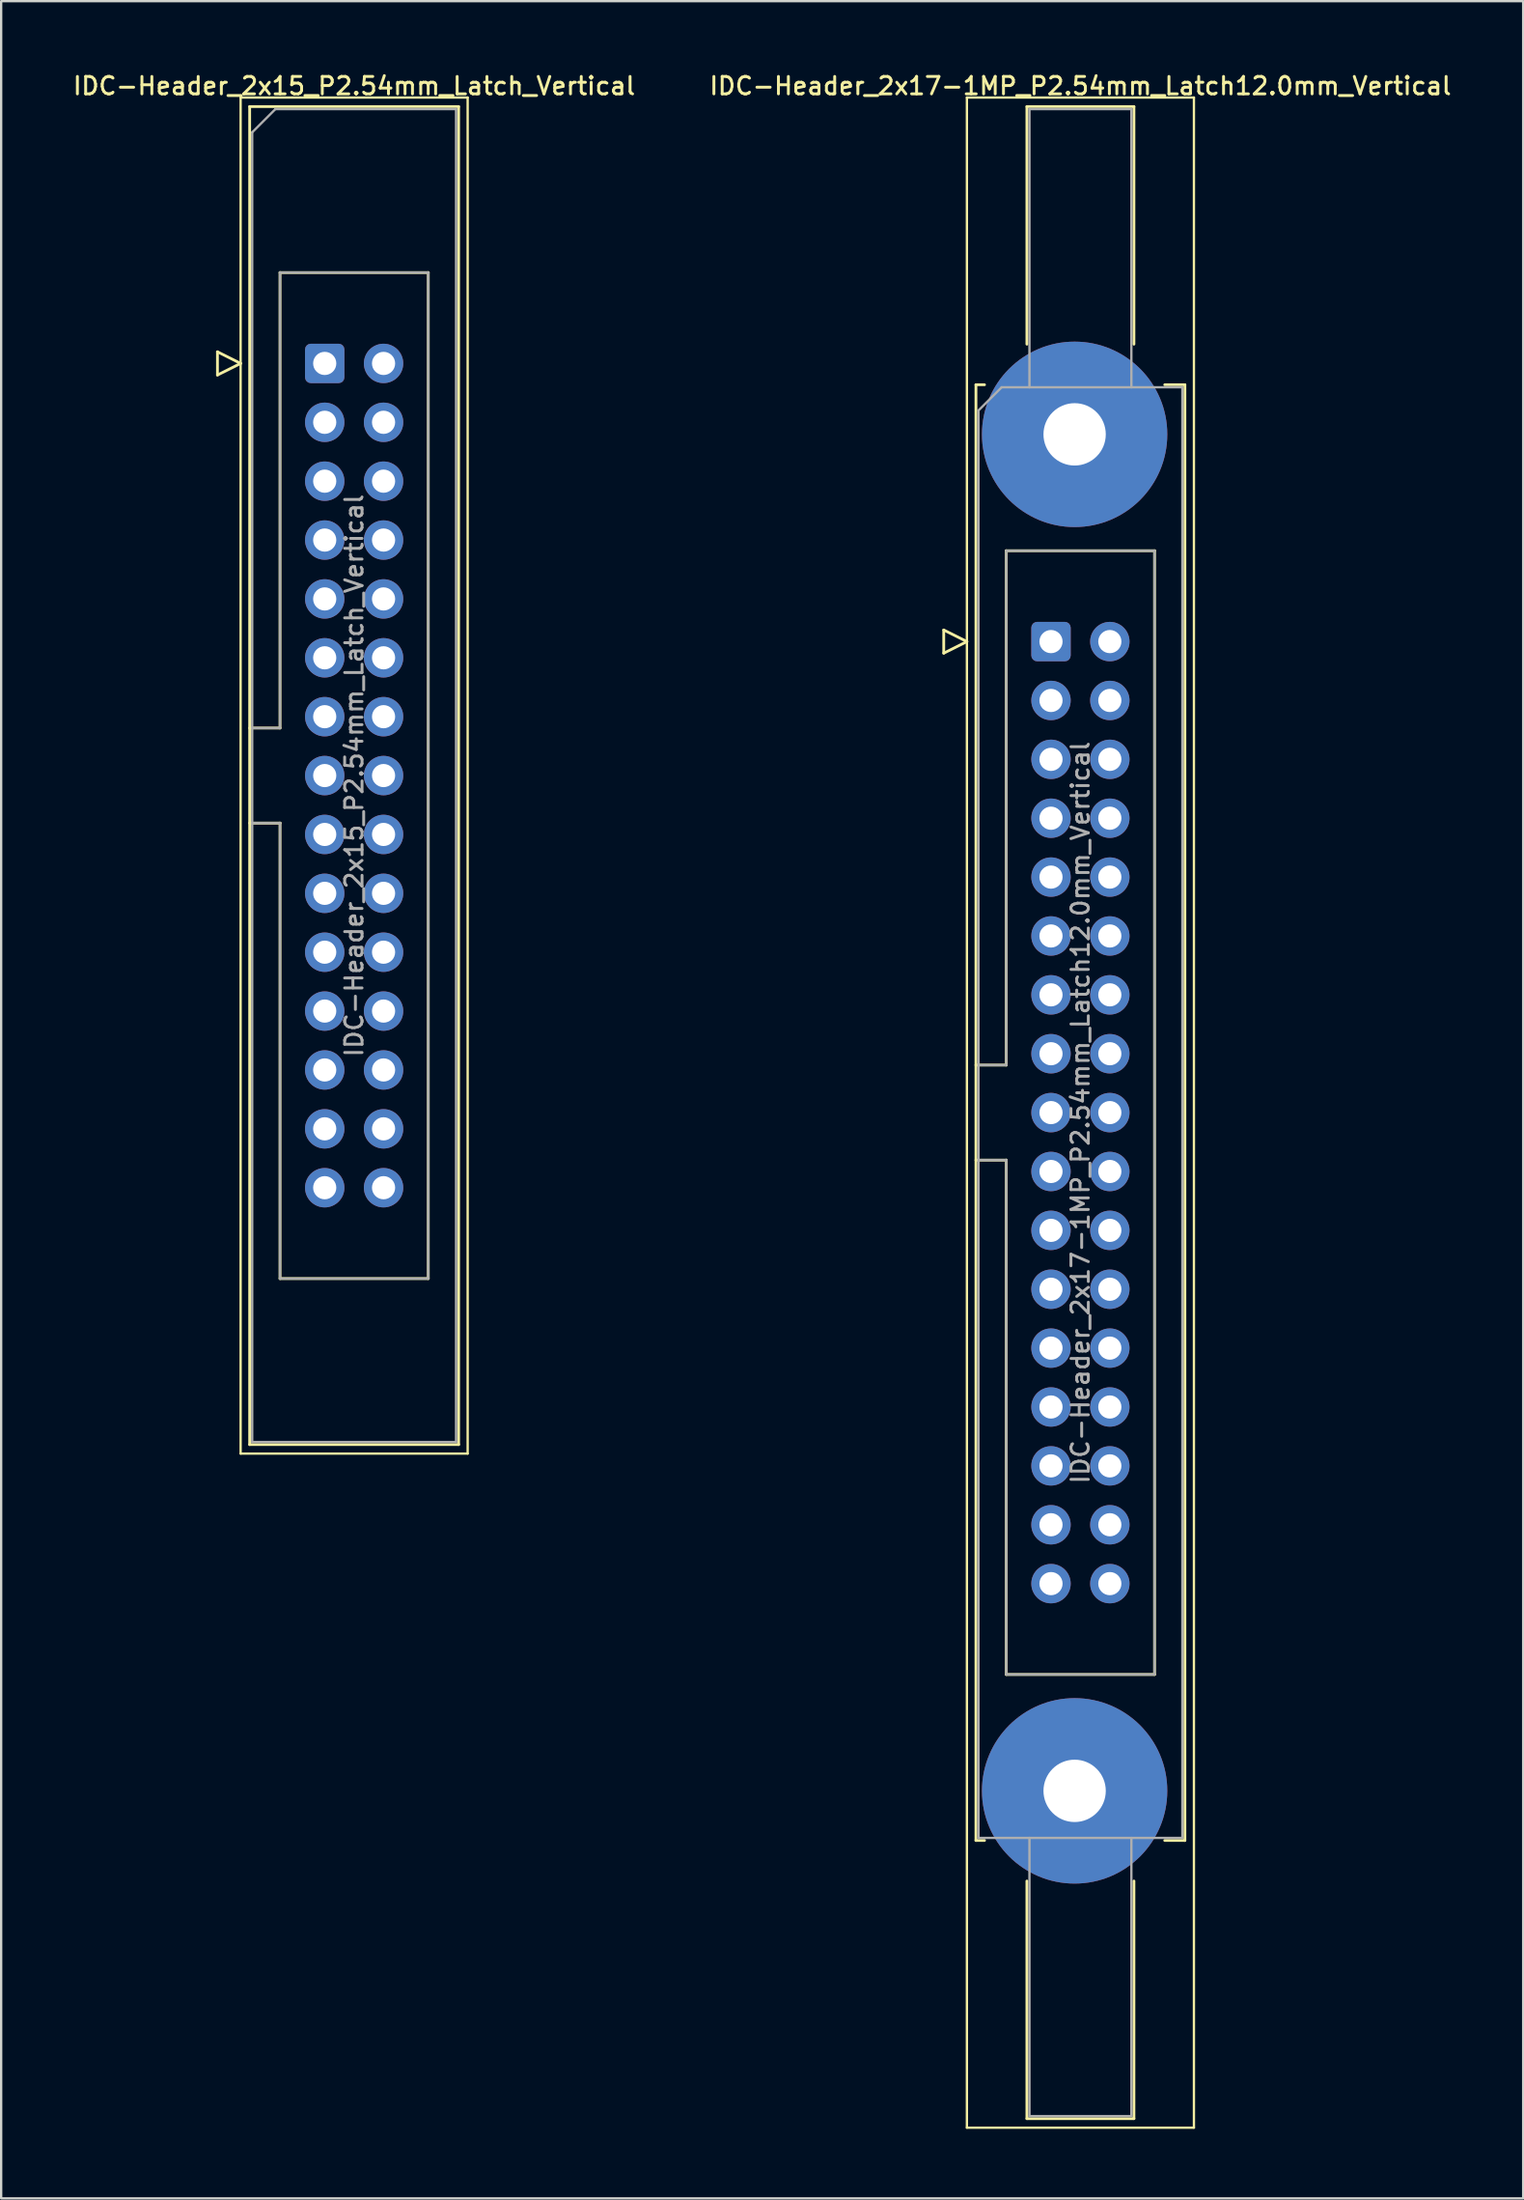
<source format=kicad_pcb>
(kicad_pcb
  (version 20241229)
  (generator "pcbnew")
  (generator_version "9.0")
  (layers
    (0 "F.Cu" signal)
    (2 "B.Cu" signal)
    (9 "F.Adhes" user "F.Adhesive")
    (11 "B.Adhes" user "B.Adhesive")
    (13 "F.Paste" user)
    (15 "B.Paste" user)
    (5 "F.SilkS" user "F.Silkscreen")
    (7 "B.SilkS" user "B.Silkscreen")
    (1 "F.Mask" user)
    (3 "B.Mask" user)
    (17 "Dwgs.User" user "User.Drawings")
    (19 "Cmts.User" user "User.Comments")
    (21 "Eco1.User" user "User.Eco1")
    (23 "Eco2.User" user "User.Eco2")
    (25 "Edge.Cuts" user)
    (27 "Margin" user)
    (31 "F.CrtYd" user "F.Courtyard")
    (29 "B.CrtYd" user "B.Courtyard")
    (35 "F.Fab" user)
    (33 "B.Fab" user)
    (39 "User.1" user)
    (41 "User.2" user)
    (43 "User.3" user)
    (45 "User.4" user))
  (footprint "IDC-Header_2x17-1MP_P2.54mm_Latch12.0mm_Vertical"
    (layer "F.Cu")
    (at 42.318 24.628)
    (property "Reference" "IDC-Header_2x17-1MP_P2.54mm_Latch12.0mm_Vertical" (at 1.27 -23.97 0) (layer "F.SilkS") (effects (font (size 0.75 0.75) (thickness 0.125))))
    (attr through_hole)
    (fp_line (start -4.63 -0.5) (end -4.63 0.5) (stroke (width 0.12) (type solid)) (layer "F.SilkS"))
    (fp_line (start -4.63 0.5) (end -3.63 0) (stroke (width 0.12) (type solid)) (layer "F.SilkS"))
    (fp_line (start -3.63 -23.47) (end -3.63 64.11) (stroke (width 0.1) (type solid)) (layer "F.SilkS"))
    (fp_line (start -3.63 0) (end -4.63 -0.5) (stroke (width 0.12) (type solid)) (layer "F.SilkS"))
    (fp_line (start -3.63 64.11) (end 6.17 64.11) (stroke (width 0.1) (type solid)) (layer "F.SilkS"))
    (fp_line (start -3.24 -11.08) (end -3.24 51.72) (stroke (width 0.12) (type solid)) (layer "F.SilkS"))
    (fp_line (start -3.24 18.27) (end -1.93 18.27) (stroke (width 0.12) (type solid)) (layer "F.SilkS"))
    (fp_line (start -3.24 51.72) (end -2.87 51.72) (stroke (width 0.12) (type solid)) (layer "F.SilkS"))
    (fp_line (start -2.87 -11.08) (end -3.24 -11.08) (stroke (width 0.12) (type solid)) (layer "F.SilkS"))
    (fp_line (start -1.93 -3.92) (end 4.47 -3.92) (stroke (width 0.12) (type solid)) (layer "F.SilkS"))
    (fp_line (start -1.93 18.27) (end -1.93 -3.92) (stroke (width 0.12) (type solid)) (layer "F.SilkS"))
    (fp_line (start -1.93 22.37) (end -3.24 22.37) (stroke (width 0.12) (type solid)) (layer "F.SilkS"))
    (fp_line (start -1.93 22.37) (end -1.93 22.37) (stroke (width 0.12) (type solid)) (layer "F.SilkS"))
    (fp_line (start -1.93 44.56) (end -1.93 22.37) (stroke (width 0.12) (type solid)) (layer "F.SilkS"))
    (fp_line (start -1.04 -23.08) (end 3.58 -23.08) (stroke (width 0.12) (type solid)) (layer "F.SilkS"))
    (fp_line (start -1.04 -12.83) (end -1.04 -23.08) (stroke (width 0.12) (type solid)) (layer "F.SilkS"))
    (fp_line (start -1.04 53.47) (end -1.04 63.72) (stroke (width 0.12) (type solid)) (layer "F.SilkS"))
    (fp_line (start -1.04 63.72) (end 3.58 63.72) (stroke (width 0.12) (type solid)) (layer "F.SilkS"))
    (fp_line (start 3.58 -23.08) (end 3.58 -12.83) (stroke (width 0.12) (type solid)) (layer "F.SilkS"))
    (fp_line (start 3.58 63.72) (end 3.58 53.47) (stroke (width 0.12) (type solid)) (layer "F.SilkS"))
    (fp_line (start 4.47 -3.92) (end 4.47 44.56) (stroke (width 0.12) (type solid)) (layer "F.SilkS"))
    (fp_line (start 4.47 44.56) (end -1.93 44.56) (stroke (width 0.12) (type solid)) (layer "F.SilkS"))
    (fp_line (start 4.91 -11.08) (end 5.78 -11.08) (stroke (width 0.12) (type solid)) (layer "F.SilkS"))
    (fp_line (start 5.78 -11.08) (end 5.78 51.72) (stroke (width 0.12) (type solid)) (layer "F.SilkS"))
    (fp_line (start 5.78 51.72) (end 4.91 51.72) (stroke (width 0.12) (type solid)) (layer "F.SilkS"))
    (fp_line (start 6.17 -23.47) (end -3.63 -23.47) (stroke (width 0.1) (type solid)) (layer "F.SilkS"))
    (fp_line (start 6.17 64.11) (end 6.17 -23.47) (stroke (width 0.1) (type solid)) (layer "F.SilkS"))
    (fp_line (start -3.13 -9.97) (end -2.13 -10.97) (stroke (width 0.1) (type solid)) (layer "F.Fab"))
    (fp_line (start -3.13 18.27) (end -1.93 18.27) (stroke (width 0.1) (type solid)) (layer "F.Fab"))
    (fp_line (start -3.13 51.61) (end -3.13 -9.97) (stroke (width 0.1) (type solid)) (layer "F.Fab"))
    (fp_line (start -2.13 -10.97) (end 5.67 -10.97) (stroke (width 0.1) (type solid)) (layer "F.Fab"))
    (fp_line (start -1.93 -3.92) (end 4.47 -3.92) (stroke (width 0.1) (type solid)) (layer "F.Fab"))
    (fp_line (start -1.93 18.27) (end -1.93 -3.92) (stroke (width 0.1) (type solid)) (layer "F.Fab"))
    (fp_line (start -1.93 22.37) (end -3.13 22.37) (stroke (width 0.1) (type solid)) (layer "F.Fab"))
    (fp_line (start -1.93 22.37) (end -1.93 22.37) (stroke (width 0.1) (type solid)) (layer "F.Fab"))
    (fp_line (start -1.93 44.56) (end -1.93 22.37) (stroke (width 0.1) (type solid)) (layer "F.Fab"))
    (fp_line (start -0.93 -22.97) (end 3.47 -22.97) (stroke (width 0.1) (type solid)) (layer "F.Fab"))
    (fp_line (start -0.93 -10.97) (end -0.93 -22.97) (stroke (width 0.1) (type solid)) (layer "F.Fab"))
    (fp_line (start -0.93 51.61) (end -0.93 63.61) (stroke (width 0.1) (type solid)) (layer "F.Fab"))
    (fp_line (start -0.93 63.61) (end 3.47 63.61) (stroke (width 0.1) (type solid)) (layer "F.Fab"))
    (fp_line (start 3.47 -22.97) (end 3.47 -10.97) (stroke (width 0.1) (type solid)) (layer "F.Fab"))
    (fp_line (start 3.47 63.61) (end 3.47 51.61) (stroke (width 0.1) (type solid)) (layer "F.Fab"))
    (fp_line (start 4.47 -3.92) (end 4.47 44.56) (stroke (width 0.1) (type solid)) (layer "F.Fab"))
    (fp_line (start 4.47 44.56) (end -1.93 44.56) (stroke (width 0.1) (type solid)) (layer "F.Fab"))
    (fp_line (start 5.67 -10.97) (end 5.67 51.61) (stroke (width 0.1) (type solid)) (layer "F.Fab"))
    (fp_line (start 5.67 51.61) (end -3.13 51.61) (stroke (width 0.1) (type solid)) (layer "F.Fab"))
    (fp_text user "${REFERENCE}" (at 1.27 20.32 90) (layer "F.Fab") (effects (font (size 0.75 0.75) (thickness 0.125))))
    (pad "1" thru_hole roundrect (at 0 0) (size 1.7 1.7) (drill 1) (layers "*.Cu" "*.Mask") (roundrect_rratio 0.147))
    (pad "2" thru_hole circle (at 2.54 0) (size 1.7 1.7) (drill 1) (layers "*.Cu" "*.Mask"))
    (pad "3" thru_hole circle (at 0 2.54) (size 1.7 1.7) (drill 1) (layers "*.Cu" "*.Mask"))
    (pad "4" thru_hole circle (at 2.54 2.54) (size 1.7 1.7) (drill 1) (layers "*.Cu" "*.Mask"))
    (pad "5" thru_hole circle (at 0 5.08) (size 1.7 1.7) (drill 1) (layers "*.Cu" "*.Mask"))
    (pad "6" thru_hole circle (at 2.54 5.08) (size 1.7 1.7) (drill 1) (layers "*.Cu" "*.Mask"))
    (pad "7" thru_hole circle (at 0 7.62) (size 1.7 1.7) (drill 1) (layers "*.Cu" "*.Mask"))
    (pad "8" thru_hole circle (at 2.54 7.62) (size 1.7 1.7) (drill 1) (layers "*.Cu" "*.Mask"))
    (pad "9" thru_hole circle (at 0 10.16) (size 1.7 1.7) (drill 1) (layers "*.Cu" "*.Mask"))
    (pad "10" thru_hole circle (at 2.54 10.16) (size 1.7 1.7) (drill 1) (layers "*.Cu" "*.Mask"))
    (pad "11" thru_hole circle (at 0 12.7) (size 1.7 1.7) (drill 1) (layers "*.Cu" "*.Mask"))
    (pad "12" thru_hole circle (at 2.54 12.7) (size 1.7 1.7) (drill 1) (layers "*.Cu" "*.Mask"))
    (pad "13" thru_hole circle (at 0 15.24) (size 1.7 1.7) (drill 1) (layers "*.Cu" "*.Mask"))
    (pad "14" thru_hole circle (at 2.54 15.24) (size 1.7 1.7) (drill 1) (layers "*.Cu" "*.Mask"))
    (pad "15" thru_hole circle (at 0 17.78) (size 1.7 1.7) (drill 1) (layers "*.Cu" "*.Mask"))
    (pad "16" thru_hole circle (at 2.54 17.78) (size 1.7 1.7) (drill 1) (layers "*.Cu" "*.Mask"))
    (pad "17" thru_hole circle (at 0 20.32) (size 1.7 1.7) (drill 1) (layers "*.Cu" "*.Mask"))
    (pad "18" thru_hole circle (at 2.54 20.32) (size 1.7 1.7) (drill 1) (layers "*.Cu" "*.Mask"))
    (pad "19" thru_hole circle (at 0 22.86) (size 1.7 1.7) (drill 1) (layers "*.Cu" "*.Mask"))
    (pad "20" thru_hole circle (at 2.54 22.86) (size 1.7 1.7) (drill 1) (layers "*.Cu" "*.Mask"))
    (pad "21" thru_hole circle (at 0 25.4) (size 1.7 1.7) (drill 1) (layers "*.Cu" "*.Mask"))
    (pad "22" thru_hole circle (at 2.54 25.4) (size 1.7 1.7) (drill 1) (layers "*.Cu" "*.Mask"))
    (pad "23" thru_hole circle (at 0 27.94) (size 1.7 1.7) (drill 1) (layers "*.Cu" "*.Mask"))
    (pad "24" thru_hole circle (at 2.54 27.94) (size 1.7 1.7) (drill 1) (layers "*.Cu" "*.Mask"))
    (pad "25" thru_hole circle (at 0 30.48) (size 1.7 1.7) (drill 1) (layers "*.Cu" "*.Mask"))
    (pad "26" thru_hole circle (at 2.54 30.48) (size 1.7 1.7) (drill 1) (layers "*.Cu" "*.Mask"))
    (pad "27" thru_hole circle (at 0 33.02) (size 1.7 1.7) (drill 1) (layers "*.Cu" "*.Mask"))
    (pad "28" thru_hole circle (at 2.54 33.02) (size 1.7 1.7) (drill 1) (layers "*.Cu" "*.Mask"))
    (pad "29" thru_hole circle (at 0 35.56) (size 1.7 1.7) (drill 1) (layers "*.Cu" "*.Mask"))
    (pad "30" thru_hole circle (at 2.54 35.56) (size 1.7 1.7) (drill 1) (layers "*.Cu" "*.Mask"))
    (pad "31" thru_hole circle (at 0 38.1) (size 1.7 1.7) (drill 1) (layers "*.Cu" "*.Mask"))
    (pad "32" thru_hole circle (at 2.54 38.1) (size 1.7 1.7) (drill 1) (layers "*.Cu" "*.Mask"))
    (pad "33" thru_hole circle (at 0 40.64) (size 1.7 1.7) (drill 1) (layers "*.Cu" "*.Mask"))
    (pad "34" thru_hole circle (at 2.54 40.64) (size 1.7 1.7) (drill 1) (layers "*.Cu" "*.Mask"))
    (pad "MP" thru_hole circle (at 1.02 -8.94) (size 8 8) (drill 2.69) (layers "*.Cu" "*.Mask"))
    (pad "MP" thru_hole circle (at 1.02 49.58) (size 8 8) (drill 2.69) (layers "*.Cu" "*.Mask")))
  (footprint "IDC-Header_2x15_P2.54mm_Latch_Vertical"
    (layer "F.Cu")
    (at 10.967 12.628)
    (property "Reference" "IDC-Header_2x15_P2.54mm_Latch_Vertical" (at 1.27 -11.97 0) (layer "F.SilkS") (effects (font (size 0.75 0.75) (thickness 0.125))))
    (attr through_hole)
    (fp_line (start -4.63 -0.5) (end -4.63 0.5) (stroke (width 0.12) (type solid)) (layer "F.SilkS"))
    (fp_line (start -4.63 0.5) (end -3.63 0) (stroke (width 0.12) (type solid)) (layer "F.SilkS"))
    (fp_line (start -3.63 -11.47) (end -3.63 47.03) (stroke (width 0.1) (type solid)) (layer "F.SilkS"))
    (fp_line (start -3.63 0) (end -4.63 -0.5) (stroke (width 0.12) (type solid)) (layer "F.SilkS"))
    (fp_line (start -3.63 47.03) (end 6.17 47.03) (stroke (width 0.1) (type solid)) (layer "F.SilkS"))
    (fp_line (start -3.24 -11.08) (end 5.78 -11.08) (stroke (width 0.12) (type solid)) (layer "F.SilkS"))
    (fp_line (start -3.24 15.73) (end -1.93 15.73) (stroke (width 0.12) (type solid)) (layer "F.SilkS"))
    (fp_line (start -3.24 46.64) (end -3.24 -11.08) (stroke (width 0.12) (type solid)) (layer "F.SilkS"))
    (fp_line (start -1.93 -3.92) (end 4.47 -3.92) (stroke (width 0.12) (type solid)) (layer "F.SilkS"))
    (fp_line (start -1.93 15.73) (end -1.93 -3.92) (stroke (width 0.12) (type solid)) (layer "F.SilkS"))
    (fp_line (start -1.93 19.83) (end -3.24 19.83) (stroke (width 0.12) (type solid)) (layer "F.SilkS"))
    (fp_line (start -1.93 19.83) (end -1.93 19.83) (stroke (width 0.12) (type solid)) (layer "F.SilkS"))
    (fp_line (start -1.93 39.48) (end -1.93 19.83) (stroke (width 0.12) (type solid)) (layer "F.SilkS"))
    (fp_line (start 4.47 -3.92) (end 4.47 39.48) (stroke (width 0.12) (type solid)) (layer "F.SilkS"))
    (fp_line (start 4.47 39.48) (end -1.93 39.48) (stroke (width 0.12) (type solid)) (layer "F.SilkS"))
    (fp_line (start 5.78 -11.08) (end 5.78 46.64) (stroke (width 0.12) (type solid)) (layer "F.SilkS"))
    (fp_line (start 5.78 46.64) (end -3.24 46.64) (stroke (width 0.12) (type solid)) (layer "F.SilkS"))
    (fp_line (start 6.17 -11.47) (end -3.63 -11.47) (stroke (width 0.1) (type solid)) (layer "F.SilkS"))
    (fp_line (start 6.17 47.03) (end 6.17 -11.47) (stroke (width 0.1) (type solid)) (layer "F.SilkS"))
    (fp_line (start -3.13 -9.97) (end -2.13 -10.97) (stroke (width 0.1) (type solid)) (layer "F.Fab"))
    (fp_line (start -3.13 15.73) (end -1.93 15.73) (stroke (width 0.1) (type solid)) (layer "F.Fab"))
    (fp_line (start -3.13 46.53) (end -3.13 -9.97) (stroke (width 0.1) (type solid)) (layer "F.Fab"))
    (fp_line (start -2.13 -10.97) (end 5.67 -10.97) (stroke (width 0.1) (type solid)) (layer "F.Fab"))
    (fp_line (start -1.93 -3.92) (end 4.47 -3.92) (stroke (width 0.1) (type solid)) (layer "F.Fab"))
    (fp_line (start -1.93 15.73) (end -1.93 -3.92) (stroke (width 0.1) (type solid)) (layer "F.Fab"))
    (fp_line (start -1.93 19.83) (end -3.13 19.83) (stroke (width 0.1) (type solid)) (layer "F.Fab"))
    (fp_line (start -1.93 19.83) (end -1.93 19.83) (stroke (width 0.1) (type solid)) (layer "F.Fab"))
    (fp_line (start -1.93 39.48) (end -1.93 19.83) (stroke (width 0.1) (type solid)) (layer "F.Fab"))
    (fp_line (start 4.47 -3.92) (end 4.47 39.48) (stroke (width 0.1) (type solid)) (layer "F.Fab"))
    (fp_line (start 4.47 39.48) (end -1.93 39.48) (stroke (width 0.1) (type solid)) (layer "F.Fab"))
    (fp_line (start 5.67 -10.97) (end 5.67 46.53) (stroke (width 0.1) (type solid)) (layer "F.Fab"))
    (fp_line (start 5.67 46.53) (end -3.13 46.53) (stroke (width 0.1) (type solid)) (layer "F.Fab"))
    (fp_text user "${REFERENCE}" (at 1.27 17.78 90) (layer "F.Fab") (effects (font (size 0.75 0.75) (thickness 0.125))))
    (pad "1" thru_hole roundrect (at 0 0) (size 1.7 1.7) (drill 1) (layers "*.Cu" "*.Mask") (roundrect_rratio 0.147))
    (pad "2" thru_hole circle (at 2.54 0) (size 1.7 1.7) (drill 1) (layers "*.Cu" "*.Mask"))
    (pad "3" thru_hole circle (at 0 2.54) (size 1.7 1.7) (drill 1) (layers "*.Cu" "*.Mask"))
    (pad "4" thru_hole circle (at 2.54 2.54) (size 1.7 1.7) (drill 1) (layers "*.Cu" "*.Mask"))
    (pad "5" thru_hole circle (at 0 5.08) (size 1.7 1.7) (drill 1) (layers "*.Cu" "*.Mask"))
    (pad "6" thru_hole circle (at 2.54 5.08) (size 1.7 1.7) (drill 1) (layers "*.Cu" "*.Mask"))
    (pad "7" thru_hole circle (at 0 7.62) (size 1.7 1.7) (drill 1) (layers "*.Cu" "*.Mask"))
    (pad "8" thru_hole circle (at 2.54 7.62) (size 1.7 1.7) (drill 1) (layers "*.Cu" "*.Mask"))
    (pad "9" thru_hole circle (at 0 10.16) (size 1.7 1.7) (drill 1) (layers "*.Cu" "*.Mask"))
    (pad "10" thru_hole circle (at 2.54 10.16) (size 1.7 1.7) (drill 1) (layers "*.Cu" "*.Mask"))
    (pad "11" thru_hole circle (at 0 12.7) (size 1.7 1.7) (drill 1) (layers "*.Cu" "*.Mask"))
    (pad "12" thru_hole circle (at 2.54 12.7) (size 1.7 1.7) (drill 1) (layers "*.Cu" "*.Mask"))
    (pad "13" thru_hole circle (at 0 15.24) (size 1.7 1.7) (drill 1) (layers "*.Cu" "*.Mask"))
    (pad "14" thru_hole circle (at 2.54 15.24) (size 1.7 1.7) (drill 1) (layers "*.Cu" "*.Mask"))
    (pad "15" thru_hole circle (at 0 17.78) (size 1.7 1.7) (drill 1) (layers "*.Cu" "*.Mask"))
    (pad "16" thru_hole circle (at 2.54 17.78) (size 1.7 1.7) (drill 1) (layers "*.Cu" "*.Mask"))
    (pad "17" thru_hole circle (at 0 20.32) (size 1.7 1.7) (drill 1) (layers "*.Cu" "*.Mask"))
    (pad "18" thru_hole circle (at 2.54 20.32) (size 1.7 1.7) (drill 1) (layers "*.Cu" "*.Mask"))
    (pad "19" thru_hole circle (at 0 22.86) (size 1.7 1.7) (drill 1) (layers "*.Cu" "*.Mask"))
    (pad "20" thru_hole circle (at 2.54 22.86) (size 1.7 1.7) (drill 1) (layers "*.Cu" "*.Mask"))
    (pad "21" thru_hole circle (at 0 25.4) (size 1.7 1.7) (drill 1) (layers "*.Cu" "*.Mask"))
    (pad "22" thru_hole circle (at 2.54 25.4) (size 1.7 1.7) (drill 1) (layers "*.Cu" "*.Mask"))
    (pad "23" thru_hole circle (at 0 27.94) (size 1.7 1.7) (drill 1) (layers "*.Cu" "*.Mask"))
    (pad "24" thru_hole circle (at 2.54 27.94) (size 1.7 1.7) (drill 1) (layers "*.Cu" "*.Mask"))
    (pad "25" thru_hole circle (at 0 30.48) (size 1.7 1.7) (drill 1) (layers "*.Cu" "*.Mask"))
    (pad "26" thru_hole circle (at 2.54 30.48) (size 1.7 1.7) (drill 1) (layers "*.Cu" "*.Mask"))
    (pad "27" thru_hole circle (at 0 33.02) (size 1.7 1.7) (drill 1) (layers "*.Cu" "*.Mask"))
    (pad "28" thru_hole circle (at 2.54 33.02) (size 1.7 1.7) (drill 1) (layers "*.Cu" "*.Mask"))
    (pad "29" thru_hole circle (at 0 35.56) (size 1.7 1.7) (drill 1) (layers "*.Cu" "*.Mask"))
    (pad "30" thru_hole circle (at 2.54 35.56) (size 1.7 1.7) (drill 1) (layers "*.Cu" "*.Mask")))
  (gr_rect
    (start -3 -3)
    (end 62.7 91.788)
    (stroke (width 0.1) (type default))
    (fill no)
    (layer "Edge.Cuts")))
</source>
